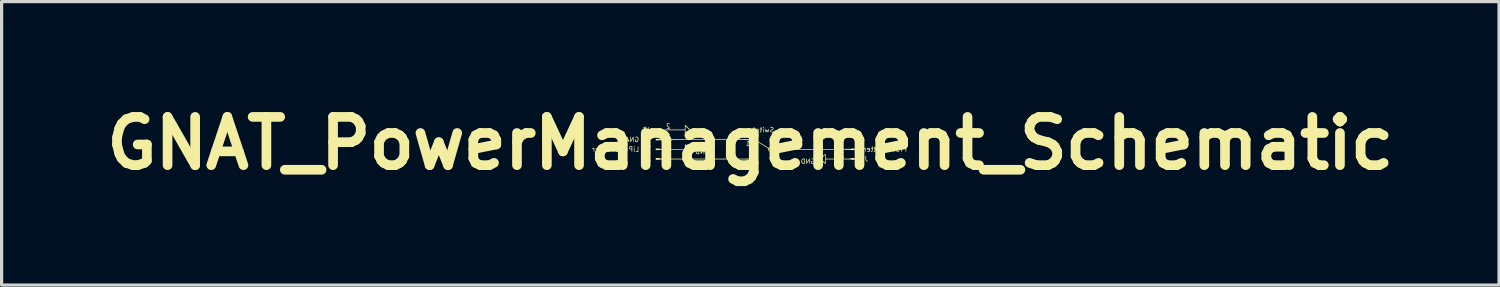
<source format=kicad_pcb>
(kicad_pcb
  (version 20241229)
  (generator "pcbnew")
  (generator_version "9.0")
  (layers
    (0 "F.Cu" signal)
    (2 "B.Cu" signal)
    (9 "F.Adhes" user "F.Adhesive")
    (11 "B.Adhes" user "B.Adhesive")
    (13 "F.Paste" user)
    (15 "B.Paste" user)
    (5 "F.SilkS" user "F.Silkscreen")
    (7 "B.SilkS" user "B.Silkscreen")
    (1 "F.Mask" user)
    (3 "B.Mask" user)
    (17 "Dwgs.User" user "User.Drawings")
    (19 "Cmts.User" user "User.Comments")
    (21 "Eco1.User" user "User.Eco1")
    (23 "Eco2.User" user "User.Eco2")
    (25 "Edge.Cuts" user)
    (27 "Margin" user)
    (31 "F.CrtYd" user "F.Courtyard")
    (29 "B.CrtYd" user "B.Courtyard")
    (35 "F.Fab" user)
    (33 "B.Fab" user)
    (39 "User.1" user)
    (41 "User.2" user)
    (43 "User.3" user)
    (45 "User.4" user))
  (footprint "GNAT_PowerManagement_Schematic"
    (layer "F.Cu")
    (at 20.264 1.404)
    (property "Reference" "GNAT_PowerManagement_Schematic" (at 0 0 0) (layer "F.SilkS") (effects (font (size 1.5 1.5) (thickness 0.3))))
    (attr board_only exclude_from_pos_files exclude_from_bom)
    (fp_poly (pts (xy -3.597 0.097) (xy -3.592 0.108) (xy -3.592 0.11) (xy -3.599 0.122) (xy -3.611 0.125) (xy -3.621 0.119) (xy -3.623 0.116) (xy -3.623 0.102) (xy -3.62 0.097) (xy -3.608 0.092)) (stroke (width 0) (type solid)) (fill yes) (layer "F.SilkS"))
    (fp_poly (pts (xy 0.413 -0.506) (xy 0.419 -0.493) (xy 0.418 -0.479) (xy 0.417 -0.477) (xy 0.407 -0.47) (xy 0.403 -0.47) (xy 0.391 -0.474) (xy 0.389 -0.477) (xy 0.387 -0.49) (xy 0.392 -0.503) (xy 0.401 -0.512) (xy 0.403 -0.512)) (stroke (width 0) (type solid)) (fill yes) (layer "F.SilkS"))
    (fp_poly (pts (xy 0.408 -0.453) (xy 0.412 -0.444) (xy 0.413 -0.426) (xy 0.414 -0.396) (xy 0.413 -0.366) (xy 0.412 -0.348) (xy 0.408 -0.339) (xy 0.403 -0.337) (xy 0.398 -0.339) (xy 0.395 -0.348) (xy 0.393 -0.367) (xy 0.393 -0.396) (xy 0.393 -0.426) (xy 0.395 -0.444) (xy 0.398 -0.453) (xy 0.403 -0.456)) (stroke (width 0) (type solid)) (fill yes) (layer "F.SilkS"))
    (fp_poly (pts (xy -4.846 0.143) (xy -4.846 0.205) (xy -4.846 0.235) (xy -4.848 0.254) (xy -4.851 0.264) (xy -4.856 0.266) (xy -4.862 0.263) (xy -4.866 0.25) (xy -4.868 0.226) (xy -4.868 0.219) (xy -4.87 0.194) (xy -4.872 0.179) (xy -4.877 0.171) (xy -4.887 0.167) (xy -4.893 0.165) (xy -4.911 0.157) (xy -4.916 0.15) (xy -4.908 0.144) (xy -4.889 0.142) (xy -4.881 0.142)) (stroke (width 0) (type solid)) (fill yes) (layer "F.SilkS"))
    (fp_poly (pts (xy -4.488 0.143) (xy -4.488 0.205) (xy -4.489 0.235) (xy -4.49 0.254) (xy -4.493 0.264) (xy -4.498 0.266) (xy -4.499 0.266) (xy -4.505 0.263) (xy -4.508 0.252) (xy -4.509 0.231) (xy -4.509 0.222) (xy -4.511 0.192) (xy -4.517 0.173) (xy -4.528 0.164) (xy -4.542 0.161) (xy -4.555 0.158) (xy -4.558 0.151) (xy -4.554 0.145) (xy -4.541 0.142) (xy -4.523 0.142)) (stroke (width 0) (type solid)) (fill yes) (layer "F.SilkS"))
    (fp_poly (pts (xy -3.603 0.143) (xy -3.6 0.152) (xy -3.598 0.17) (xy -3.598 0.199) (xy -3.598 0.203) (xy -3.598 0.234) (xy -3.599 0.253) (xy -3.602 0.263) (xy -3.607 0.266) (xy -3.608 0.266) (xy -3.613 0.264) (xy -3.616 0.255) (xy -3.618 0.237) (xy -3.619 0.208) (xy -3.619 0.203) (xy -3.618 0.173) (xy -3.617 0.153) (xy -3.614 0.143) (xy -3.609 0.14) (xy -3.608 0.14)) (stroke (width 0) (type solid)) (fill yes) (layer "F.SilkS"))
    (fp_poly (pts (xy 3.583 0.203) (xy 3.583 0.234) (xy 3.582 0.253) (xy 3.579 0.263) (xy 3.574 0.266) (xy 3.573 0.266) (xy 3.567 0.263) (xy 3.564 0.252) (xy 3.563 0.231) (xy 3.562 0.222) (xy 3.561 0.191) (xy 3.555 0.172) (xy 3.544 0.163) (xy 3.533 0.161) (xy 3.522 0.156) (xy 3.52 0.151) (xy 3.525 0.144) (xy 3.539 0.141) (xy 3.552 0.14) (xy 3.583 0.14)) (stroke (width 0) (type solid)) (fill yes) (layer "F.SilkS"))
    (fp_poly (pts (xy 4.713 0.203) (xy 4.712 0.234) (xy 4.711 0.253) (xy 4.708 0.263) (xy 4.703 0.266) (xy 4.702 0.266) (xy 4.696 0.263) (xy 4.693 0.252) (xy 4.692 0.231) (xy 4.691 0.222) (xy 4.69 0.191) (xy 4.684 0.172) (xy 4.673 0.163) (xy 4.662 0.161) (xy 4.651 0.156) (xy 4.649 0.151) (xy 4.654 0.144) (xy 4.668 0.141) (xy 4.681 0.14) (xy 4.713 0.14)) (stroke (width 0) (type solid)) (fill yes) (layer "F.SilkS"))
    (fp_poly (pts (xy -3.484 0.093) (xy -3.481 0.101) (xy -3.479 0.116) (xy -3.479 0.141) (xy -3.478 0.178) (xy -3.478 0.179) (xy -3.478 0.266) (xy -3.524 0.266) (xy -3.549 0.266) (xy -3.564 0.263) (xy -3.569 0.258) (xy -3.569 0.256) (xy -3.566 0.249) (xy -3.553 0.246) (xy -3.534 0.245) (xy -3.499 0.245) (xy -3.499 0.168) (xy -3.499 0.134) (xy -3.498 0.111) (xy -3.496 0.098) (xy -3.492 0.092) (xy -3.489 0.091)) (stroke (width 0) (type solid)) (fill yes) (layer "F.SilkS"))
    (fp_poly (pts (xy -3.161 0.395) (xy -3.158 0.404) (xy -3.156 0.422) (xy -3.156 0.452) (xy -3.156 0.455) (xy -3.154 0.491) (xy -3.15 0.516) (xy -3.141 0.531) (xy -3.127 0.539) (xy -3.111 0.54) (xy -3.096 0.543) (xy -3.093 0.55) (xy -3.099 0.558) (xy -3.114 0.561) (xy -3.134 0.558) (xy -3.147 0.554) (xy -3.16 0.545) (xy -3.169 0.528) (xy -3.174 0.503) (xy -3.177 0.466) (xy -3.177 0.452) (xy -3.176 0.422) (xy -3.175 0.404) (xy -3.171 0.395) (xy -3.166 0.393)) (stroke (width 0) (type solid)) (fill yes) (layer "F.SilkS"))
    (fp_poly (pts (xy 3.592 0.395) (xy 3.595 0.404) (xy 3.597 0.422) (xy 3.598 0.452) (xy 3.598 0.455) (xy 3.599 0.492) (xy 3.604 0.517) (xy 3.613 0.532) (xy 3.627 0.539) (xy 3.638 0.54) (xy 3.651 0.544) (xy 3.654 0.55) (xy 3.648 0.558) (xy 3.633 0.56) (xy 3.612 0.556) (xy 3.606 0.554) (xy 3.593 0.545) (xy 3.584 0.528) (xy 3.579 0.503) (xy 3.577 0.466) (xy 3.576 0.452) (xy 3.577 0.422) (xy 3.579 0.404) (xy 3.582 0.395) (xy 3.587 0.393)) (stroke (width 0) (type solid)) (fill yes) (layer "F.SilkS"))
    (fp_poly (pts (xy -3.917 -0.21) (xy -3.901 -0.208) (xy -3.893 -0.204) (xy -3.892 -0.2) (xy -3.898 -0.192) (xy -3.913 -0.189) (xy -3.934 -0.189) (xy -3.934 -0.112) (xy -3.934 -0.078) (xy -3.936 -0.055) (xy -3.938 -0.042) (xy -3.941 -0.036) (xy -3.945 -0.035) (xy -3.949 -0.037) (xy -3.952 -0.045) (xy -3.954 -0.062) (xy -3.955 -0.088) (xy -3.955 -0.112) (xy -3.955 -0.189) (xy -3.976 -0.189) (xy -3.993 -0.192) (xy -3.997 -0.2) (xy -3.994 -0.205) (xy -3.985 -0.209) (xy -3.965 -0.21) (xy -3.945 -0.21)) (stroke (width 0) (type solid)) (fill yes) (layer "F.SilkS"))
    (fp_poly (pts (xy -3.161 -0.51) (xy -3.158 -0.501) (xy -3.156 -0.483) (xy -3.156 -0.454) (xy -3.156 -0.446) (xy -3.155 -0.409) (xy -3.15 -0.383) (xy -3.142 -0.368) (xy -3.129 -0.36) (xy -3.111 -0.358) (xy -3.096 -0.354) (xy -3.093 -0.347) (xy -3.099 -0.34) (xy -3.114 -0.337) (xy -3.134 -0.34) (xy -3.147 -0.344) (xy -3.16 -0.353) (xy -3.169 -0.368) (xy -3.174 -0.393) (xy -3.176 -0.428) (xy -3.177 -0.449) (xy -3.176 -0.48) (xy -3.175 -0.499) (xy -3.172 -0.509) (xy -3.167 -0.512) (xy -3.166 -0.512)) (stroke (width 0) (type solid)) (fill yes) (layer "F.SilkS"))
    (fp_poly (pts (xy -3.113 -0.21) (xy -3.096 -0.208) (xy -3.087 -0.205) (xy -3.086 -0.2) (xy -3.091 -0.192) (xy -3.108 -0.189) (xy -3.11 -0.189) (xy -3.135 -0.189) (xy -3.135 -0.112) (xy -3.135 -0.078) (xy -3.136 -0.055) (xy -3.138 -0.042) (xy -3.142 -0.036) (xy -3.145 -0.035) (xy -3.15 -0.037) (xy -3.153 -0.045) (xy -3.155 -0.062) (xy -3.156 -0.088) (xy -3.156 -0.112) (xy -3.156 -0.189) (xy -3.177 -0.189) (xy -3.193 -0.192) (xy -3.198 -0.2) (xy -3.195 -0.205) (xy -3.186 -0.208) (xy -3.167 -0.21) (xy -3.142 -0.21)) (stroke (width 0) (type solid)) (fill yes) (layer "F.SilkS"))
    (fp_poly (pts (xy -3.113 0.092) (xy -3.096 0.093) (xy -3.087 0.097) (xy -3.086 0.102) (xy -3.091 0.109) (xy -3.108 0.112) (xy -3.11 0.112) (xy -3.135 0.112) (xy -3.135 0.189) (xy -3.135 0.224) (xy -3.136 0.247) (xy -3.138 0.26) (xy -3.142 0.266) (xy -3.145 0.266) (xy -3.15 0.264) (xy -3.153 0.256) (xy -3.155 0.24) (xy -3.156 0.213) (xy -3.156 0.189) (xy -3.156 0.112) (xy -3.177 0.112) (xy -3.193 0.109) (xy -3.198 0.102) (xy -3.195 0.096) (xy -3.186 0.093) (xy -3.167 0.091) (xy -3.142 0.091)) (stroke (width 0) (type solid)) (fill yes) (layer "F.SilkS"))
    (fp_poly (pts (xy -3.245 -0.154) (xy -3.23 -0.137) (xy -3.221 -0.112) (xy -3.219 -0.094) (xy -3.224 -0.064) (xy -3.238 -0.045) (xy -3.26 -0.036) (xy -3.268 -0.035) (xy -3.289 -0.04) (xy -3.303 -0.049) (xy -3.314 -0.069) (xy -3.316 -0.088) (xy -3.296 -0.088) (xy -3.291 -0.07) (xy -3.279 -0.058) (xy -3.268 -0.056) (xy -3.253 -0.061) (xy -3.248 -0.065) (xy -3.241 -0.081) (xy -3.241 -0.102) (xy -3.25 -0.122) (xy -3.254 -0.128) (xy -3.268 -0.143) (xy -3.282 -0.128) (xy -3.293 -0.109) (xy -3.296 -0.088) (xy -3.316 -0.088) (xy -3.317 -0.095) (xy -3.313 -0.122) (xy -3.302 -0.143) (xy -3.284 -0.158) (xy -3.264 -0.162)) (stroke (width 0) (type solid)) (fill yes) (layer "F.SilkS"))
    (fp_poly (pts (xy 0.236 -0.452) (xy 0.252 -0.442) (xy 0.252 -0.442) (xy 0.263 -0.424) (xy 0.266 -0.397) (xy 0.266 -0.396) (xy 0.262 -0.366) (xy 0.248 -0.347) (xy 0.226 -0.338) (xy 0.216 -0.337) (xy 0.197 -0.339) (xy 0.184 -0.341) (xy 0.184 -0.341) (xy 0.176 -0.35) (xy 0.175 -0.355) (xy 0.179 -0.362) (xy 0.19 -0.362) (xy 0.2 -0.361) (xy 0.224 -0.36) (xy 0.239 -0.37) (xy 0.245 -0.391) (xy 0.245 -0.396) (xy 0.241 -0.419) (xy 0.228 -0.431) (xy 0.206 -0.433) (xy 0.2 -0.432) (xy 0.183 -0.43) (xy 0.176 -0.434) (xy 0.175 -0.437) (xy 0.181 -0.448) (xy 0.196 -0.454) (xy 0.216 -0.456)) (stroke (width 0) (type solid)) (fill yes) (layer "F.SilkS"))
    (fp_poly (pts (xy 3.478 0.397) (xy 3.492 0.408) (xy 3.507 0.422) (xy 3.521 0.437) (xy 3.53 0.448) (xy 3.532 0.454) (xy 3.523 0.454) (xy 3.508 0.45) (xy 3.507 0.45) (xy 3.485 0.443) (xy 3.485 0.491) (xy 3.485 0.54) (xy 3.51 0.54) (xy 3.528 0.542) (xy 3.534 0.55) (xy 3.534 0.55) (xy 3.532 0.556) (xy 3.522 0.559) (xy 3.503 0.561) (xy 3.478 0.561) (xy 3.45 0.561) (xy 3.432 0.559) (xy 3.424 0.555) (xy 3.422 0.55) (xy 3.428 0.542) (xy 3.443 0.54) (xy 3.464 0.54) (xy 3.464 0.466) (xy 3.465 0.436) (xy 3.466 0.412) (xy 3.468 0.397) (xy 3.47 0.393)) (stroke (width 0) (type solid)) (fill yes) (layer "F.SilkS"))
    (fp_poly (pts (xy 3.503 0.141) (xy 3.505 0.145) (xy 3.504 0.155) (xy 3.499 0.174) (xy 3.489 0.202) (xy 3.479 0.24) (xy 3.477 0.267) (xy 3.485 0.285) (xy 3.496 0.292) (xy 3.504 0.3) (xy 3.506 0.31) (xy 3.499 0.315) (xy 3.497 0.316) (xy 3.484 0.312) (xy 3.476 0.307) (xy 3.47 0.298) (xy 3.461 0.279) (xy 3.451 0.253) (xy 3.44 0.224) (xy 3.429 0.196) (xy 3.421 0.171) (xy 3.416 0.152) (xy 3.415 0.146) (xy 3.421 0.141) (xy 3.425 0.14) (xy 3.432 0.147) (xy 3.44 0.164) (xy 3.447 0.184) (xy 3.46 0.227) (xy 3.474 0.184) (xy 3.483 0.161) (xy 3.491 0.146) (xy 3.497 0.14)) (stroke (width 0) (type solid)) (fill yes) (layer "F.SilkS"))
    (fp_poly (pts (xy 4.846 0.179) (xy 4.846 0.216) (xy 4.845 0.241) (xy 4.843 0.257) (xy 4.84 0.264) (xy 4.835 0.266) (xy 4.835 0.266) (xy 4.829 0.263) (xy 4.826 0.252) (xy 4.825 0.229) (xy 4.825 0.224) (xy 4.825 0.182) (xy 4.8 0.182) (xy 4.782 0.18) (xy 4.776 0.173) (xy 4.776 0.172) (xy 4.781 0.164) (xy 4.798 0.161) (xy 4.8 0.161) (xy 4.817 0.16) (xy 4.823 0.154) (xy 4.825 0.139) (xy 4.825 0.137) (xy 4.825 0.112) (xy 4.79 0.112) (xy 4.768 0.111) (xy 4.757 0.107) (xy 4.755 0.102) (xy 4.758 0.096) (xy 4.769 0.093) (xy 4.79 0.091) (xy 4.8 0.091) (xy 4.846 0.091)) (stroke (width 0) (type solid)) (fill yes) (layer "F.SilkS"))
    (fp_poly (pts (xy -3.839 0.146) (xy -3.823 0.163) (xy -3.816 0.19) (xy -3.815 0.203) (xy -3.819 0.235) (xy -3.832 0.256) (xy -3.854 0.266) (xy -3.864 0.266) (xy -3.885 0.262) (xy -3.899 0.252) (xy -3.909 0.237) (xy -3.913 0.215) (xy -3.913 0.203) (xy -3.913 0.199) (xy -3.891 0.199) (xy -3.889 0.225) (xy -3.879 0.241) (xy -3.864 0.245) (xy -3.849 0.24) (xy -3.843 0.235) (xy -3.838 0.22) (xy -3.837 0.199) (xy -3.842 0.179) (xy -3.851 0.166) (xy -3.852 0.166) (xy -3.868 0.162) (xy -3.881 0.17) (xy -3.889 0.189) (xy -3.891 0.199) (xy -3.913 0.199) (xy -3.909 0.172) (xy -3.896 0.151) (xy -3.874 0.141) (xy -3.864 0.14)) (stroke (width 0) (type solid)) (fill yes) (layer "F.SilkS"))
    (fp_poly (pts (xy -3.243 0.146) (xy -3.227 0.163) (xy -3.219 0.19) (xy -3.219 0.203) (xy -3.223 0.235) (xy -3.236 0.256) (xy -3.258 0.266) (xy -3.268 0.266) (xy -3.289 0.262) (xy -3.303 0.252) (xy -3.313 0.237) (xy -3.317 0.215) (xy -3.317 0.203) (xy -3.316 0.199) (xy -3.295 0.199) (xy -3.293 0.225) (xy -3.283 0.241) (xy -3.268 0.245) (xy -3.253 0.24) (xy -3.247 0.235) (xy -3.242 0.22) (xy -3.241 0.199) (xy -3.246 0.179) (xy -3.255 0.166) (xy -3.256 0.166) (xy -3.272 0.162) (xy -3.285 0.17) (xy -3.293 0.189) (xy -3.295 0.199) (xy -3.316 0.199) (xy -3.313 0.172) (xy -3.3 0.151) (xy -3.278 0.141) (xy -3.268 0.14)) (stroke (width 0) (type solid)) (fill yes) (layer "F.SilkS"))
    (fp_poly (pts (xy -2.545 -0.318) (xy -2.531 -0.306) (xy -2.516 -0.291) (xy -2.503 -0.277) (xy -2.497 -0.267) (xy -2.497 -0.266) (xy -2.502 -0.26) (xy -2.516 -0.262) (xy -2.525 -0.267) (xy -2.532 -0.27) (xy -2.536 -0.267) (xy -2.538 -0.256) (xy -2.539 -0.235) (xy -2.539 -0.225) (xy -2.539 -0.175) (xy -2.518 -0.175) (xy -2.501 -0.172) (xy -2.497 -0.165) (xy -2.499 -0.159) (xy -2.509 -0.156) (xy -2.529 -0.155) (xy -2.549 -0.154) (xy -2.577 -0.155) (xy -2.593 -0.157) (xy -2.601 -0.161) (xy -2.602 -0.165) (xy -2.595 -0.173) (xy -2.581 -0.175) (xy -2.56 -0.175) (xy -2.56 -0.249) (xy -2.559 -0.279) (xy -2.558 -0.303) (xy -2.555 -0.319) (xy -2.553 -0.323)) (stroke (width 0) (type solid)) (fill yes) (layer "F.SilkS"))
    (fp_poly (pts (xy -2.545 0.278) (xy -2.531 0.29) (xy -2.516 0.305) (xy -2.503 0.319) (xy -2.497 0.329) (xy -2.497 0.33) (xy -2.502 0.336) (xy -2.516 0.334) (xy -2.525 0.329) (xy -2.532 0.327) (xy -2.536 0.329) (xy -2.538 0.339) (xy -2.539 0.36) (xy -2.539 0.375) (xy -2.539 0.428) (xy -2.518 0.428) (xy -2.501 0.431) (xy -2.497 0.438) (xy -2.499 0.444) (xy -2.509 0.447) (xy -2.529 0.449) (xy -2.549 0.449) (xy -2.577 0.448) (xy -2.593 0.446) (xy -2.601 0.442) (xy -2.602 0.438) (xy -2.595 0.43) (xy -2.581 0.428) (xy -2.56 0.428) (xy -2.56 0.351) (xy -2.559 0.32) (xy -2.558 0.295) (xy -2.556 0.278) (xy -2.553 0.273)) (stroke (width 0) (type solid)) (fill yes) (layer "F.SilkS"))
    (fp_poly (pts (xy -0.069 -0.086) (xy -0.055 -0.075) (xy -0.04 -0.06) (xy -0.028 -0.045) (xy -0.021 -0.035) (xy -0.021 -0.034) (xy -0.026 -0.029) (xy -0.04 -0.031) (xy -0.05 -0.035) (xy -0.056 -0.038) (xy -0.06 -0.036) (xy -0.062 -0.025) (xy -0.063 -0.005) (xy -0.063 0.01) (xy -0.063 0.063) (xy -0.042 0.063) (xy -0.025 0.066) (xy -0.021 0.074) (xy -0.024 0.079) (xy -0.034 0.082) (xy -0.053 0.084) (xy -0.074 0.084) (xy -0.101 0.084) (xy -0.118 0.082) (xy -0.125 0.078) (xy -0.126 0.074) (xy -0.12 0.065) (xy -0.105 0.063) (xy -0.084 0.063) (xy -0.084 -0.014) (xy -0.084 -0.045) (xy -0.082 -0.07) (xy -0.08 -0.086) (xy -0.078 -0.091)) (stroke (width 0) (type solid)) (fill yes) (layer "F.SilkS"))
    (fp_poly (pts (xy 2.862 -0.023) (xy 2.876 -0.012) (xy 2.891 0.003) (xy 2.904 0.018) (xy 2.91 0.028) (xy 2.91 0.029) (xy 2.905 0.035) (xy 2.891 0.032) (xy 2.882 0.028) (xy 2.875 0.025) (xy 2.871 0.027) (xy 2.869 0.038) (xy 2.868 0.058) (xy 2.868 0.073) (xy 2.868 0.126) (xy 2.889 0.126) (xy 2.906 0.129) (xy 2.91 0.137) (xy 2.908 0.142) (xy 2.898 0.146) (xy 2.878 0.147) (xy 2.858 0.147) (xy 2.83 0.147) (xy 2.814 0.145) (xy 2.806 0.141) (xy 2.805 0.137) (xy 2.811 0.128) (xy 2.826 0.126) (xy 2.847 0.126) (xy 2.847 0.049) (xy 2.848 0.018) (xy 2.849 -0.007) (xy 2.851 -0.023) (xy 2.853 -0.028)) (stroke (width 0) (type solid)) (fill yes) (layer "F.SilkS"))
    (fp_poly (pts (xy 4.604 0.146) (xy 4.62 0.163) (xy 4.628 0.19) (xy 4.628 0.203) (xy 4.624 0.235) (xy 4.611 0.256) (xy 4.589 0.266) (xy 4.579 0.266) (xy 4.559 0.262) (xy 4.544 0.252) (xy 4.535 0.237) (xy 4.53 0.215) (xy 4.53 0.203) (xy 4.531 0.199) (xy 4.553 0.199) (xy 4.554 0.225) (xy 4.564 0.241) (xy 4.579 0.245) (xy 4.594 0.24) (xy 4.6 0.235) (xy 4.606 0.22) (xy 4.606 0.199) (xy 4.601 0.179) (xy 4.592 0.166) (xy 4.592 0.166) (xy 4.576 0.162) (xy 4.562 0.17) (xy 4.554 0.189) (xy 4.553 0.199) (xy 4.531 0.199) (xy 4.535 0.172) (xy 4.548 0.151) (xy 4.569 0.141) (xy 4.579 0.14)) (stroke (width 0) (type solid)) (fill yes) (layer "F.SilkS"))
    (fp_poly (pts (xy -4.099 0.099) (xy -4.098 0.099) (xy -4.08 0.115) (xy -4.068 0.14) (xy -4.062 0.169) (xy -4.063 0.201) (xy -4.07 0.229) (xy -4.08 0.245) (xy -4.097 0.257) (xy -4.122 0.263) (xy -4.147 0.263) (xy -4.157 0.26) (xy -4.169 0.25) (xy -4.173 0.242) (xy -4.167 0.233) (xy -4.157 0.232) (xy -4.148 0.238) (xy -4.137 0.245) (xy -4.12 0.244) (xy -4.103 0.235) (xy -4.098 0.231) (xy -4.088 0.211) (xy -4.084 0.184) (xy -4.087 0.157) (xy -4.095 0.134) (xy -4.099 0.128) (xy -4.118 0.114) (xy -4.138 0.115) (xy -4.151 0.121) (xy -4.165 0.125) (xy -4.172 0.12) (xy -4.17 0.109) (xy -4.16 0.1) (xy -4.141 0.094) (xy -4.119 0.094)) (stroke (width 0) (type solid)) (fill yes) (layer "F.SilkS"))
    (fp_poly (pts (xy -3.668 0.179) (xy -3.668 0.216) (xy -3.669 0.241) (xy -3.671 0.257) (xy -3.674 0.264) (xy -3.678 0.266) (xy -3.678 0.266) (xy -3.685 0.263) (xy -3.688 0.251) (xy -3.689 0.228) (xy -3.689 0.189) (xy -3.717 0.189) (xy -3.745 0.184) (xy -3.764 0.169) (xy -3.773 0.147) (xy -3.773 0.14) (xy -3.752 0.14) (xy -3.746 0.157) (xy -3.729 0.166) (xy -3.712 0.168) (xy -3.697 0.167) (xy -3.69 0.162) (xy -3.689 0.148) (xy -3.689 0.14) (xy -3.689 0.122) (xy -3.694 0.114) (xy -3.706 0.112) (xy -3.712 0.112) (xy -3.736 0.116) (xy -3.749 0.129) (xy -3.752 0.14) (xy -3.773 0.14) (xy -3.768 0.116) (xy -3.751 0.1) (xy -3.724 0.092) (xy -3.706 0.091) (xy -3.668 0.091)) (stroke (width 0) (type solid)) (fill yes) (layer "F.SilkS"))
    (fp_poly (pts (xy -2.528 -0.027) (xy -2.509 -0.021) (xy -2.498 -0.01) (xy -2.497 -0.003) (xy -2.502 0.005) (xy -2.512 0.006) (xy -2.521 0) (xy -2.531 -0.006) (xy -2.548 -0.007) (xy -2.565 -0.003) (xy -2.572 0.001) (xy -2.579 0.013) (xy -2.578 0.028) (xy -2.567 0.047) (xy -2.547 0.071) (xy -2.535 0.084) (xy -2.515 0.105) (xy -2.5 0.123) (xy -2.491 0.136) (xy -2.49 0.139) (xy -2.496 0.144) (xy -2.515 0.146) (xy -2.546 0.147) (xy -2.574 0.147) (xy -2.592 0.145) (xy -2.6 0.141) (xy -2.602 0.137) (xy -2.598 0.13) (xy -2.585 0.127) (xy -2.565 0.126) (xy -2.529 0.126) (xy -2.562 0.092) (xy -2.587 0.061) (xy -2.6 0.033) (xy -2.6 0.008) (xy -2.589 -0.013) (xy -2.572 -0.023) (xy -2.55 -0.028)) (stroke (width 0) (type solid)) (fill yes) (layer "F.SilkS"))
    (fp_poly (pts (xy -1.592 -0.347) (xy -1.592 -0.259) (xy -1.618 -0.26) (xy -1.641 -0.262) (xy -1.661 -0.268) (xy -1.662 -0.269) (xy -1.679 -0.284) (xy -1.691 -0.31) (xy -1.696 -0.34) (xy -1.695 -0.346) (xy -1.673 -0.346) (xy -1.668 -0.314) (xy -1.657 -0.292) (xy -1.638 -0.281) (xy -1.629 -0.281) (xy -1.622 -0.281) (xy -1.617 -0.285) (xy -1.614 -0.294) (xy -1.613 -0.311) (xy -1.613 -0.339) (xy -1.613 -0.347) (xy -1.613 -0.378) (xy -1.614 -0.397) (xy -1.616 -0.408) (xy -1.62 -0.413) (xy -1.627 -0.414) (xy -1.629 -0.414) (xy -1.649 -0.407) (xy -1.664 -0.39) (xy -1.672 -0.362) (xy -1.673 -0.346) (xy -1.695 -0.346) (xy -1.694 -0.372) (xy -1.687 -0.396) (xy -1.672 -0.419) (xy -1.648 -0.431) (xy -1.616 -0.435) (xy -1.592 -0.435)) (stroke (width 0) (type solid)) (fill yes) (layer "F.SilkS"))
    (fp_poly (pts (xy -1.592 0.252) (xy -1.592 0.337) (xy -1.618 0.336) (xy -1.64 0.334) (xy -1.659 0.33) (xy -1.661 0.329) (xy -1.678 0.315) (xy -1.69 0.292) (xy -1.695 0.262) (xy -1.695 0.253) (xy -1.672 0.253) (xy -1.668 0.283) (xy -1.656 0.304) (xy -1.637 0.315) (xy -1.629 0.316) (xy -1.622 0.315) (xy -1.617 0.311) (xy -1.614 0.302) (xy -1.613 0.284) (xy -1.613 0.255) (xy -1.613 0.252) (xy -1.613 0.223) (xy -1.614 0.204) (xy -1.617 0.194) (xy -1.621 0.19) (xy -1.629 0.189) (xy -1.629 0.189) (xy -1.649 0.196) (xy -1.664 0.213) (xy -1.672 0.24) (xy -1.672 0.253) (xy -1.695 0.253) (xy -1.694 0.231) (xy -1.687 0.207) (xy -1.672 0.185) (xy -1.648 0.172) (xy -1.616 0.168) (xy -1.592 0.168)) (stroke (width 0) (type solid)) (fill yes) (layer "F.SilkS"))
    (fp_poly (pts (xy 1.69 0.554) (xy 1.69 0.638) (xy 1.664 0.638) (xy 1.641 0.636) (xy 1.623 0.631) (xy 1.621 0.631) (xy 1.604 0.617) (xy 1.592 0.593) (xy 1.586 0.564) (xy 1.587 0.555) (xy 1.609 0.555) (xy 1.614 0.585) (xy 1.626 0.606) (xy 1.645 0.616) (xy 1.653 0.617) (xy 1.66 0.616) (xy 1.665 0.613) (xy 1.668 0.603) (xy 1.669 0.585) (xy 1.669 0.556) (xy 1.669 0.554) (xy 1.669 0.524) (xy 1.668 0.506) (xy 1.665 0.496) (xy 1.661 0.492) (xy 1.653 0.491) (xy 1.653 0.491) (xy 1.633 0.497) (xy 1.618 0.515) (xy 1.61 0.541) (xy 1.609 0.555) (xy 1.587 0.555) (xy 1.588 0.533) (xy 1.595 0.508) (xy 1.61 0.486) (xy 1.634 0.474) (xy 1.666 0.47) (xy 1.69 0.47)) (stroke (width 0) (type solid)) (fill yes) (layer "F.SilkS"))
    (fp_poly (pts (xy -3.25 0.394) (xy -3.232 0.4) (xy -3.22 0.411) (xy -3.219 0.418) (xy -3.224 0.426) (xy -3.235 0.427) (xy -3.243 0.421) (xy -3.254 0.415) (xy -3.271 0.414) (xy -3.287 0.418) (xy -3.295 0.422) (xy -3.301 0.433) (xy -3.301 0.445) (xy -3.292 0.461) (xy -3.273 0.482) (xy -3.257 0.498) (xy -3.237 0.519) (xy -3.222 0.537) (xy -3.213 0.549) (xy -3.212 0.552) (xy -3.216 0.557) (xy -3.231 0.56) (xy -3.257 0.561) (xy -3.268 0.561) (xy -3.297 0.561) (xy -3.314 0.559) (xy -3.322 0.555) (xy -3.324 0.55) (xy -3.32 0.544) (xy -3.308 0.541) (xy -3.287 0.54) (xy -3.251 0.54) (xy -3.284 0.506) (xy -3.31 0.475) (xy -3.322 0.448) (xy -3.321 0.424) (xy -3.311 0.408) (xy -3.294 0.397) (xy -3.272 0.393)) (stroke (width 0) (type solid)) (fill yes) (layer "F.SilkS"))
    (fp_poly (pts (xy -2.528 -0.623) (xy -2.509 -0.617) (xy -2.498 -0.606) (xy -2.497 -0.599) (xy -2.502 -0.591) (xy -2.512 -0.59) (xy -2.521 -0.596) (xy -2.531 -0.602) (xy -2.548 -0.603) (xy -2.565 -0.599) (xy -2.572 -0.595) (xy -2.579 -0.584) (xy -2.578 -0.572) (xy -2.569 -0.556) (xy -2.551 -0.535) (xy -2.535 -0.519) (xy -2.515 -0.498) (xy -2.499 -0.48) (xy -2.491 -0.468) (xy -2.49 -0.465) (xy -2.494 -0.46) (xy -2.508 -0.457) (xy -2.534 -0.456) (xy -2.546 -0.456) (xy -2.574 -0.456) (xy -2.592 -0.458) (xy -2.6 -0.462) (xy -2.602 -0.466) (xy -2.598 -0.473) (xy -2.585 -0.476) (xy -2.565 -0.477) (xy -2.529 -0.477) (xy -2.562 -0.511) (xy -2.587 -0.541) (xy -2.6 -0.569) (xy -2.599 -0.593) (xy -2.588 -0.609) (xy -2.572 -0.619) (xy -2.55 -0.624)) (stroke (width 0) (type solid)) (fill yes) (layer "F.SilkS"))
    (fp_poly (pts (xy 2.879 0.275) (xy 2.897 0.281) (xy 2.909 0.292) (xy 2.91 0.298) (xy 2.905 0.307) (xy 2.895 0.308) (xy 2.886 0.302) (xy 2.875 0.296) (xy 2.858 0.295) (xy 2.842 0.298) (xy 2.835 0.303) (xy 2.827 0.315) (xy 2.829 0.329) (xy 2.839 0.348) (xy 2.86 0.373) (xy 2.872 0.385) (xy 2.892 0.407) (xy 2.907 0.425) (xy 2.916 0.437) (xy 2.917 0.441) (xy 2.911 0.445) (xy 2.892 0.448) (xy 2.861 0.449) (xy 2.832 0.448) (xy 2.815 0.447) (xy 2.807 0.443) (xy 2.805 0.438) (xy 2.808 0.432) (xy 2.82 0.429) (xy 2.843 0.428) (xy 2.845 0.428) (xy 2.885 0.428) (xy 2.848 0.391) (xy 2.821 0.359) (xy 2.808 0.331) (xy 2.807 0.307) (xy 2.818 0.288) (xy 2.835 0.278) (xy 2.857 0.274)) (stroke (width 0) (type solid)) (fill yes) (layer "F.SilkS"))
    (fp_poly (pts (xy -1.527 -0.432) (xy -1.524 -0.421) (xy -1.521 -0.401) (xy -1.52 -0.375) (xy -1.518 -0.315) (xy -1.483 -0.375) (xy -1.467 -0.4) (xy -1.453 -0.42) (xy -1.443 -0.432) (xy -1.439 -0.435) (xy -1.435 -0.431) (xy -1.433 -0.418) (xy -1.431 -0.395) (xy -1.431 -0.361) (xy -1.431 -0.347) (xy -1.431 -0.31) (xy -1.432 -0.285) (xy -1.434 -0.269) (xy -1.437 -0.261) (xy -1.441 -0.259) (xy -1.446 -0.263) (xy -1.45 -0.273) (xy -1.452 -0.294) (xy -1.453 -0.32) (xy -1.455 -0.38) (xy -1.49 -0.32) (xy -1.506 -0.294) (xy -1.52 -0.274) (xy -1.53 -0.262) (xy -1.534 -0.26) (xy -1.538 -0.263) (xy -1.541 -0.276) (xy -1.542 -0.299) (xy -1.543 -0.334) (xy -1.543 -0.347) (xy -1.543 -0.384) (xy -1.542 -0.41) (xy -1.54 -0.425) (xy -1.537 -0.433) (xy -1.533 -0.435)) (stroke (width 0) (type solid)) (fill yes) (layer "F.SilkS"))
    (fp_poly (pts (xy -1.435 0.172) (xy -1.433 0.185) (xy -1.431 0.207) (xy -1.431 0.242) (xy -1.431 0.252) (xy -1.431 0.289) (xy -1.432 0.313) (xy -1.434 0.328) (xy -1.437 0.335) (xy -1.441 0.337) (xy -1.446 0.333) (xy -1.45 0.323) (xy -1.452 0.301) (xy -1.453 0.279) (xy -1.455 0.221) (xy -1.49 0.279) (xy -1.506 0.304) (xy -1.52 0.323) (xy -1.53 0.335) (xy -1.534 0.337) (xy -1.538 0.333) (xy -1.541 0.32) (xy -1.542 0.297) (xy -1.543 0.263) (xy -1.543 0.252) (xy -1.543 0.216) (xy -1.542 0.191) (xy -1.54 0.177) (xy -1.536 0.17) (xy -1.533 0.168) (xy -1.527 0.171) (xy -1.524 0.182) (xy -1.521 0.203) (xy -1.52 0.226) (xy -1.518 0.284) (xy -1.483 0.226) (xy -1.467 0.201) (xy -1.453 0.182) (xy -1.443 0.17) (xy -1.439 0.168)) (stroke (width 0) (type solid)) (fill yes) (layer "F.SilkS"))
    (fp_poly (pts (xy 0.852 0.212) (xy 0.871 0.218) (xy 0.882 0.229) (xy 0.884 0.235) (xy 0.879 0.244) (xy 0.868 0.245) (xy 0.859 0.238) (xy 0.849 0.233) (xy 0.832 0.232) (xy 0.815 0.235) (xy 0.808 0.24) (xy 0.801 0.25) (xy 0.802 0.263) (xy 0.811 0.278) (xy 0.83 0.3) (xy 0.845 0.316) (xy 0.865 0.336) (xy 0.881 0.354) (xy 0.889 0.367) (xy 0.891 0.37) (xy 0.886 0.375) (xy 0.872 0.377) (xy 0.846 0.379) (xy 0.835 0.379) (xy 0.806 0.378) (xy 0.788 0.376) (xy 0.78 0.373) (xy 0.778 0.368) (xy 0.782 0.362) (xy 0.795 0.358) (xy 0.814 0.358) (xy 0.85 0.358) (xy 0.819 0.326) (xy 0.794 0.295) (xy 0.78 0.269) (xy 0.779 0.247) (xy 0.79 0.227) (xy 0.792 0.224) (xy 0.809 0.215) (xy 0.83 0.211)) (stroke (width 0) (type solid)) (fill yes) (layer "F.SilkS"))
    (fp_poly (pts (xy 1.846 0.474) (xy 1.849 0.486) (xy 1.851 0.509) (xy 1.851 0.544) (xy 1.851 0.554) (xy 1.851 0.59) (xy 1.85 0.615) (xy 1.848 0.63) (xy 1.845 0.637) (xy 1.841 0.638) (xy 1.836 0.635) (xy 1.832 0.624) (xy 1.83 0.603) (xy 1.829 0.58) (xy 1.827 0.522) (xy 1.792 0.58) (xy 1.776 0.605) (xy 1.762 0.625) (xy 1.751 0.636) (xy 1.748 0.638) (xy 1.744 0.634) (xy 1.741 0.622) (xy 1.74 0.599) (xy 1.739 0.564) (xy 1.739 0.554) (xy 1.739 0.518) (xy 1.74 0.493) (xy 1.742 0.478) (xy 1.746 0.471) (xy 1.749 0.47) (xy 1.755 0.473) (xy 1.758 0.484) (xy 1.761 0.505) (xy 1.762 0.528) (xy 1.764 0.586) (xy 1.799 0.528) (xy 1.815 0.503) (xy 1.829 0.483) (xy 1.839 0.472) (xy 1.843 0.47)) (stroke (width 0) (type solid)) (fill yes) (layer "F.SilkS"))
    (fp_poly (pts (xy 0.34 -0.507) (xy 0.343 -0.492) (xy 0.344 -0.484) (xy 0.345 -0.464) (xy 0.351 -0.456) (xy 0.354 -0.456) (xy 0.363 -0.45) (xy 0.365 -0.445) (xy 0.359 -0.436) (xy 0.354 -0.435) (xy 0.348 -0.431) (xy 0.344 -0.419) (xy 0.344 -0.397) (xy 0.341 -0.366) (xy 0.333 -0.348) (xy 0.333 -0.348) (xy 0.319 -0.339) (xy 0.304 -0.337) (xy 0.291 -0.34) (xy 0.288 -0.347) (xy 0.293 -0.355) (xy 0.303 -0.359) (xy 0.313 -0.362) (xy 0.318 -0.37) (xy 0.321 -0.388) (xy 0.321 -0.398) (xy 0.322 -0.419) (xy 0.32 -0.43) (xy 0.314 -0.434) (xy 0.305 -0.435) (xy 0.291 -0.438) (xy 0.288 -0.445) (xy 0.294 -0.454) (xy 0.305 -0.456) (xy 0.316 -0.457) (xy 0.321 -0.465) (xy 0.323 -0.481) (xy 0.323 -0.484) (xy 0.324 -0.503) (xy 0.33 -0.511) (xy 0.333 -0.512)) (stroke (width 0) (type solid)) (fill yes) (layer "F.SilkS"))
    (fp_poly (pts (xy 3.798 0.096) (xy 3.801 0.113) (xy 3.801 0.116) (xy 3.803 0.134) (xy 3.81 0.14) (xy 3.811 0.14) (xy 3.821 0.146) (xy 3.822 0.151) (xy 3.816 0.16) (xy 3.811 0.161) (xy 3.805 0.165) (xy 3.802 0.176) (xy 3.801 0.199) (xy 3.801 0.203) (xy 3.799 0.234) (xy 3.793 0.252) (xy 3.79 0.255) (xy 3.776 0.264) (xy 3.761 0.266) (xy 3.749 0.263) (xy 3.745 0.256) (xy 3.751 0.248) (xy 3.761 0.244) (xy 3.77 0.241) (xy 3.775 0.234) (xy 3.777 0.218) (xy 3.778 0.202) (xy 3.779 0.179) (xy 3.778 0.167) (xy 3.773 0.162) (xy 3.763 0.161) (xy 3.763 0.161) (xy 3.748 0.158) (xy 3.745 0.151) (xy 3.751 0.142) (xy 3.762 0.14) (xy 3.774 0.138) (xy 3.779 0.13) (xy 3.78 0.116) (xy 3.782 0.098) (xy 3.789 0.091) (xy 3.79 0.091)) (stroke (width 0) (type solid)) (fill yes) (layer "F.SilkS"))
    (fp_poly (pts (xy 3.882 0.096) (xy 3.885 0.113) (xy 3.885 0.116) (xy 3.887 0.134) (xy 3.895 0.14) (xy 3.896 0.14) (xy 3.905 0.146) (xy 3.906 0.151) (xy 3.9 0.16) (xy 3.896 0.161) (xy 3.889 0.165) (xy 3.886 0.176) (xy 3.885 0.199) (xy 3.885 0.203) (xy 3.883 0.234) (xy 3.877 0.252) (xy 3.874 0.255) (xy 3.86 0.264) (xy 3.845 0.266) (xy 3.833 0.263) (xy 3.829 0.256) (xy 3.835 0.248) (xy 3.845 0.244) (xy 3.854 0.241) (xy 3.859 0.234) (xy 3.862 0.218) (xy 3.863 0.202) (xy 3.863 0.179) (xy 3.862 0.167) (xy 3.857 0.162) (xy 3.847 0.161) (xy 3.847 0.161) (xy 3.832 0.158) (xy 3.829 0.151) (xy 3.835 0.142) (xy 3.846 0.14) (xy 3.858 0.138) (xy 3.863 0.13) (xy 3.864 0.116) (xy 3.866 0.098) (xy 3.874 0.091) (xy 3.875 0.091)) (stroke (width 0) (type solid)) (fill yes) (layer "F.SilkS"))
    (fp_poly (pts (xy -4.375 0.142) (xy -4.36 0.149) (xy -4.355 0.158) (xy -4.36 0.164) (xy -4.378 0.166) (xy -4.384 0.166) (xy -4.405 0.167) (xy -4.416 0.173) (xy -4.416 0.174) (xy -4.413 0.18) (xy -4.396 0.182) (xy -4.396 0.182) (xy -4.372 0.185) (xy -4.358 0.195) (xy -4.351 0.214) (xy -4.35 0.218) (xy -4.351 0.242) (xy -4.361 0.257) (xy -4.382 0.265) (xy -4.404 0.266) (xy -4.439 0.266) (xy -4.439 0.224) (xy -4.418 0.224) (xy -4.417 0.239) (xy -4.41 0.245) (xy -4.395 0.244) (xy -4.379 0.241) (xy -4.373 0.233) (xy -4.372 0.224) (xy -4.375 0.212) (xy -4.385 0.206) (xy -4.395 0.205) (xy -4.411 0.204) (xy -4.417 0.21) (xy -4.418 0.224) (xy -4.439 0.224) (xy -4.439 0.214) (xy -4.438 0.183) (xy -4.434 0.163) (xy -4.428 0.151) (xy -4.428 0.151) (xy -4.413 0.143) (xy -4.394 0.14)) (stroke (width 0) (type solid)) (fill yes) (layer "F.SilkS"))
    (fp_poly (pts (xy -3.515 -0.205) (xy -3.498 -0.196) (xy -3.489 -0.186) (xy -3.481 -0.17) (xy -3.475 -0.146) (xy -3.474 -0.136) (xy -3.474 -0.098) (xy -3.484 -0.069) (xy -3.501 -0.048) (xy -3.525 -0.037) (xy -3.554 -0.038) (xy -3.568 -0.042) (xy -3.577 -0.048) (xy -3.582 -0.059) (xy -3.583 -0.079) (xy -3.583 -0.084) (xy -3.583 -0.119) (xy -3.559 -0.119) (xy -3.541 -0.117) (xy -3.534 -0.11) (xy -3.534 -0.109) (xy -3.54 -0.1) (xy -3.549 -0.098) (xy -3.559 -0.095) (xy -3.562 -0.085) (xy -3.561 -0.079) (xy -3.556 -0.064) (xy -3.543 -0.058) (xy -3.541 -0.058) (xy -3.52 -0.061) (xy -3.505 -0.077) (xy -3.497 -0.103) (xy -3.496 -0.122) (xy -3.5 -0.155) (xy -3.512 -0.177) (xy -3.531 -0.187) (xy -3.552 -0.186) (xy -3.569 -0.184) (xy -3.576 -0.188) (xy -3.576 -0.192) (xy -3.571 -0.203) (xy -3.556 -0.208) (xy -3.536 -0.209)) (stroke (width 0) (type solid)) (fill yes) (layer "F.SilkS"))
    (fp_poly (pts (xy -1.321 0.174) (xy -1.302 0.184) (xy -1.293 0.193) (xy -1.281 0.221) (xy -1.278 0.255) (xy -1.283 0.288) (xy -1.286 0.297) (xy -1.302 0.321) (xy -1.326 0.334) (xy -1.355 0.335) (xy -1.373 0.329) (xy -1.382 0.323) (xy -1.387 0.313) (xy -1.388 0.293) (xy -1.389 0.288) (xy -1.389 0.252) (xy -1.364 0.252) (xy -1.346 0.255) (xy -1.339 0.262) (xy -1.339 0.263) (xy -1.345 0.272) (xy -1.354 0.273) (xy -1.364 0.276) (xy -1.367 0.287) (xy -1.366 0.293) (xy -1.359 0.309) (xy -1.345 0.315) (xy -1.328 0.311) (xy -1.315 0.301) (xy -1.304 0.28) (xy -1.3 0.253) (xy -1.304 0.226) (xy -1.316 0.204) (xy -1.316 0.204) (xy -1.33 0.193) (xy -1.345 0.191) (xy -1.357 0.192) (xy -1.374 0.194) (xy -1.381 0.191) (xy -1.382 0.187) (xy -1.376 0.176) (xy -1.361 0.17) (xy -1.341 0.17)) (stroke (width 0) (type solid)) (fill yes) (layer "F.SilkS"))
    (fp_poly (pts (xy 0.689 -0.509) (xy 0.705 -0.497) (xy 0.708 -0.493) (xy 0.721 -0.469) (xy 0.72 -0.446) (xy 0.707 -0.427) (xy 0.68 -0.413) (xy 0.677 -0.412) (xy 0.652 -0.4) (xy 0.641 -0.386) (xy 0.642 -0.372) (xy 0.645 -0.368) (xy 0.655 -0.361) (xy 0.671 -0.359) (xy 0.689 -0.36) (xy 0.71 -0.362) (xy 0.72 -0.359) (xy 0.722 -0.355) (xy 0.716 -0.345) (xy 0.701 -0.339) (xy 0.68 -0.337) (xy 0.658 -0.339) (xy 0.639 -0.345) (xy 0.631 -0.351) (xy 0.618 -0.371) (xy 0.618 -0.392) (xy 0.63 -0.411) (xy 0.654 -0.427) (xy 0.662 -0.43) (xy 0.687 -0.441) (xy 0.698 -0.453) (xy 0.696 -0.468) (xy 0.689 -0.477) (xy 0.674 -0.488) (xy 0.655 -0.489) (xy 0.63 -0.481) (xy 0.629 -0.481) (xy 0.619 -0.48) (xy 0.617 -0.484) (xy 0.623 -0.497) (xy 0.64 -0.507) (xy 0.664 -0.512) (xy 0.667 -0.512)) (stroke (width 0) (type solid)) (fill yes) (layer "F.SilkS"))
    (fp_poly (pts (xy 1.961 0.476) (xy 1.98 0.485) (xy 1.989 0.495) (xy 2 0.523) (xy 2.004 0.557) (xy 1.999 0.589) (xy 1.996 0.598) (xy 1.98 0.623) (xy 1.956 0.635) (xy 1.927 0.636) (xy 1.909 0.631) (xy 1.9 0.625) (xy 1.895 0.614) (xy 1.893 0.595) (xy 1.893 0.589) (xy 1.893 0.554) (xy 1.918 0.554) (xy 1.936 0.556) (xy 1.942 0.564) (xy 1.943 0.565) (xy 1.937 0.573) (xy 1.928 0.575) (xy 1.918 0.578) (xy 1.915 0.589) (xy 1.916 0.594) (xy 1.923 0.61) (xy 1.937 0.616) (xy 1.954 0.613) (xy 1.967 0.603) (xy 1.978 0.582) (xy 1.982 0.554) (xy 1.977 0.527) (xy 1.966 0.506) (xy 1.966 0.506) (xy 1.952 0.495) (xy 1.937 0.492) (xy 1.925 0.494) (xy 1.908 0.496) (xy 1.901 0.492) (xy 1.9 0.488) (xy 1.906 0.477) (xy 1.921 0.472) (xy 1.941 0.471)) (stroke (width 0) (type solid)) (fill yes) (layer "F.SilkS"))
    (fp_poly (pts (xy 3.998 0.142) (xy 4.013 0.149) (xy 4.018 0.158) (xy 4.013 0.164) (xy 3.995 0.166) (xy 3.989 0.166) (xy 3.968 0.167) (xy 3.958 0.173) (xy 3.957 0.174) (xy 3.961 0.18) (xy 3.977 0.182) (xy 3.977 0.182) (xy 4.001 0.185) (xy 4.015 0.195) (xy 4.022 0.214) (xy 4.023 0.218) (xy 4.023 0.242) (xy 4.012 0.257) (xy 3.991 0.265) (xy 3.969 0.266) (xy 3.934 0.266) (xy 3.934 0.224) (xy 3.955 0.224) (xy 3.956 0.239) (xy 3.963 0.245) (xy 3.978 0.244) (xy 3.994 0.241) (xy 4 0.233) (xy 4.001 0.224) (xy 3.998 0.212) (xy 3.988 0.206) (xy 3.978 0.205) (xy 3.962 0.204) (xy 3.956 0.21) (xy 3.955 0.224) (xy 3.934 0.224) (xy 3.934 0.214) (xy 3.935 0.183) (xy 3.939 0.163) (xy 3.945 0.151) (xy 3.945 0.151) (xy 3.96 0.143) (xy 3.979 0.14)) (stroke (width 0) (type solid)) (fill yes) (layer "F.SilkS"))
    (fp_poly (pts (xy -4.228 0.093) (xy -4.225 0.101) (xy -4.223 0.116) (xy -4.222 0.141) (xy -4.222 0.178) (xy -4.222 0.179) (xy -4.222 0.216) (xy -4.223 0.241) (xy -4.225 0.257) (xy -4.228 0.265) (xy -4.232 0.266) (xy -4.238 0.263) (xy -4.241 0.251) (xy -4.244 0.228) (xy -4.244 0.216) (xy -4.245 0.189) (xy -4.248 0.174) (xy -4.252 0.167) (xy -4.259 0.165) (xy -4.264 0.165) (xy -4.273 0.166) (xy -4.278 0.17) (xy -4.281 0.181) (xy -4.283 0.201) (xy -4.283 0.216) (xy -4.285 0.243) (xy -4.288 0.259) (xy -4.293 0.266) (xy -4.296 0.266) (xy -4.301 0.263) (xy -4.304 0.253) (xy -4.306 0.232) (xy -4.306 0.214) (xy -4.304 0.18) (xy -4.299 0.158) (xy -4.288 0.146) (xy -4.271 0.141) (xy -4.263 0.14) (xy -4.249 0.139) (xy -4.244 0.132) (xy -4.243 0.116) (xy -4.24 0.098) (xy -4.233 0.091) (xy -4.232 0.091)) (stroke (width 0) (type solid)) (fill yes) (layer "F.SilkS"))
    (fp_poly (pts (xy -3.715 -0.208) (xy -3.712 -0.199) (xy -3.71 -0.18) (xy -3.71 -0.151) (xy -3.71 -0.149) (xy -3.709 -0.088) (xy -3.676 -0.149) (xy -3.661 -0.175) (xy -3.648 -0.195) (xy -3.638 -0.208) (xy -3.634 -0.21) (xy -3.63 -0.206) (xy -3.628 -0.194) (xy -3.626 -0.171) (xy -3.626 -0.136) (xy -3.626 -0.123) (xy -3.626 -0.086) (xy -3.627 -0.06) (xy -3.629 -0.045) (xy -3.632 -0.037) (xy -3.636 -0.035) (xy -3.636 -0.035) (xy -3.641 -0.038) (xy -3.645 -0.047) (xy -3.646 -0.065) (xy -3.647 -0.095) (xy -3.647 -0.096) (xy -3.647 -0.158) (xy -3.68 -0.097) (xy -3.695 -0.071) (xy -3.708 -0.05) (xy -3.718 -0.038) (xy -3.722 -0.035) (xy -3.726 -0.039) (xy -3.729 -0.052) (xy -3.73 -0.074) (xy -3.731 -0.109) (xy -3.731 -0.123) (xy -3.731 -0.16) (xy -3.73 -0.185) (xy -3.728 -0.201) (xy -3.725 -0.208) (xy -3.72 -0.21) (xy -3.72 -0.21)) (stroke (width 0) (type solid)) (fill yes) (layer "F.SilkS"))
    (fp_poly (pts (xy -1.321 -0.429) (xy -1.302 -0.42) (xy -1.293 -0.41) (xy -1.283 -0.386) (xy -1.279 -0.356) (xy -1.28 -0.325) (xy -1.286 -0.297) (xy -1.297 -0.277) (xy -1.3 -0.274) (xy -1.318 -0.266) (xy -1.342 -0.262) (xy -1.365 -0.264) (xy -1.373 -0.266) (xy -1.382 -0.272) (xy -1.387 -0.282) (xy -1.388 -0.3) (xy -1.389 -0.312) (xy -1.389 -0.351) (xy -1.364 -0.351) (xy -1.346 -0.348) (xy -1.339 -0.341) (xy -1.339 -0.34) (xy -1.345 -0.332) (xy -1.354 -0.33) (xy -1.364 -0.327) (xy -1.367 -0.318) (xy -1.366 -0.307) (xy -1.362 -0.29) (xy -1.353 -0.283) (xy -1.346 -0.282) (xy -1.325 -0.285) (xy -1.31 -0.301) (xy -1.302 -0.327) (xy -1.301 -0.346) (xy -1.305 -0.379) (xy -1.317 -0.401) (xy -1.336 -0.411) (xy -1.357 -0.411) (xy -1.374 -0.409) (xy -1.381 -0.412) (xy -1.382 -0.416) (xy -1.376 -0.427) (xy -1.361 -0.433) (xy -1.341 -0.433)) (stroke (width 0) (type solid)) (fill yes) (layer "F.SilkS"))
    (fp_poly (pts (xy 0.12 -0.51) (xy 0.123 -0.502) (xy 0.125 -0.487) (xy 0.126 -0.462) (xy 0.126 -0.425) (xy 0.126 -0.424) (xy 0.126 -0.387) (xy 0.125 -0.362) (xy 0.123 -0.346) (xy 0.12 -0.338) (xy 0.116 -0.337) (xy 0.11 -0.34) (xy 0.106 -0.353) (xy 0.104 -0.377) (xy 0.104 -0.384) (xy 0.102 -0.409) (xy 0.1 -0.423) (xy 0.095 -0.43) (xy 0.087 -0.431) (xy 0.084 -0.431) (xy 0.075 -0.43) (xy 0.069 -0.426) (xy 0.067 -0.414) (xy 0.065 -0.393) (xy 0.065 -0.384) (xy 0.063 -0.357) (xy 0.059 -0.342) (xy 0.054 -0.337) (xy 0.052 -0.337) (xy 0.047 -0.34) (xy 0.043 -0.351) (xy 0.042 -0.373) (xy 0.042 -0.385) (xy 0.044 -0.418) (xy 0.05 -0.44) (xy 0.062 -0.452) (xy 0.081 -0.456) (xy 0.085 -0.456) (xy 0.098 -0.457) (xy 0.104 -0.463) (xy 0.105 -0.478) (xy 0.105 -0.484) (xy 0.107 -0.503) (xy 0.113 -0.511) (xy 0.116 -0.512)) (stroke (width 0) (type solid)) (fill yes) (layer "F.SilkS"))
    (fp_poly (pts (xy -4.738 0.143) (xy -4.724 0.151) (xy -4.724 0.151) (xy -4.716 0.166) (xy -4.713 0.189) (xy -4.713 0.215) (xy -4.716 0.239) (xy -4.723 0.255) (xy -4.724 0.255) (xy -4.739 0.263) (xy -4.761 0.266) (xy -4.782 0.264) (xy -4.788 0.262) (xy -4.796 0.253) (xy -4.797 0.249) (xy -4.792 0.242) (xy -4.775 0.24) (xy -4.767 0.241) (xy -4.748 0.241) (xy -4.74 0.237) (xy -4.737 0.228) (xy -4.737 0.224) (xy -4.739 0.214) (xy -4.746 0.207) (xy -4.763 0.202) (xy -4.77 0.201) (xy -4.791 0.196) (xy -4.801 0.19) (xy -4.804 0.181) (xy -4.804 0.179) (xy -4.802 0.173) (xy -4.775 0.173) (xy -4.768 0.18) (xy -4.756 0.184) (xy -4.74 0.185) (xy -4.734 0.182) (xy -4.736 0.173) (xy -4.736 0.172) (xy -4.745 0.164) (xy -4.758 0.161) (xy -4.772 0.165) (xy -4.775 0.173) (xy -4.802 0.173) (xy -4.798 0.158) (xy -4.781 0.144) (xy -4.758 0.14)) (stroke (width 0) (type solid)) (fill yes) (layer "F.SilkS"))
    (fp_poly (pts (xy -3.239 -0.511) (xy -3.222 -0.51) (xy -3.214 -0.506) (xy -3.212 -0.501) (xy -3.215 -0.495) (xy -3.227 -0.492) (xy -3.25 -0.491) (xy -3.251 -0.491) (xy -3.291 -0.491) (xy -3.272 -0.467) (xy -3.258 -0.446) (xy -3.255 -0.434) (xy -3.262 -0.429) (xy -3.27 -0.428) (xy -3.29 -0.422) (xy -3.301 -0.406) (xy -3.303 -0.393) (xy -3.3 -0.376) (xy -3.295 -0.366) (xy -3.282 -0.36) (xy -3.264 -0.358) (xy -3.247 -0.359) (xy -3.236 -0.365) (xy -3.236 -0.365) (xy -3.227 -0.371) (xy -3.216 -0.37) (xy -3.212 -0.361) (xy -3.218 -0.349) (xy -3.234 -0.341) (xy -3.255 -0.337) (xy -3.278 -0.337) (xy -3.299 -0.343) (xy -3.31 -0.351) (xy -3.321 -0.371) (xy -3.324 -0.396) (xy -3.319 -0.421) (xy -3.31 -0.435) (xy -3.3 -0.453) (xy -3.303 -0.472) (xy -3.314 -0.484) (xy -3.323 -0.496) (xy -3.324 -0.502) (xy -3.321 -0.507) (xy -3.309 -0.51) (xy -3.286 -0.512) (xy -3.268 -0.512)) (stroke (width 0) (type solid)) (fill yes) (layer "F.SilkS"))
    (fp_poly (pts (xy -0.041 0.512) (xy -0.024 0.514) (xy -0.016 0.518) (xy -0.014 0.522) (xy -0.017 0.529) (xy -0.029 0.532) (xy -0.052 0.533) (xy -0.054 0.533) (xy -0.094 0.533) (xy -0.075 0.553) (xy -0.06 0.571) (xy -0.057 0.583) (xy -0.067 0.589) (xy -0.072 0.589) (xy -0.092 0.595) (xy -0.103 0.61) (xy -0.105 0.624) (xy -0.102 0.641) (xy -0.097 0.651) (xy -0.084 0.657) (xy -0.066 0.659) (xy -0.049 0.658) (xy -0.039 0.652) (xy -0.039 0.652) (xy -0.029 0.646) (xy -0.019 0.647) (xy -0.014 0.655) (xy -0.02 0.668) (xy -0.036 0.676) (xy -0.057 0.68) (xy -0.08 0.679) (xy -0.101 0.674) (xy -0.112 0.666) (xy -0.124 0.645) (xy -0.126 0.624) (xy -0.121 0.596) (xy -0.112 0.582) (xy -0.102 0.57) (xy -0.098 0.562) (xy -0.103 0.553) (xy -0.112 0.543) (xy -0.125 0.53) (xy -0.126 0.521) (xy -0.116 0.515) (xy -0.094 0.512) (xy -0.07 0.512)) (stroke (width 0) (type solid)) (fill yes) (layer "F.SilkS"))
    (fp_poly (pts (xy 0.585 -0.456) (xy 0.588 -0.453) (xy 0.588 -0.446) (xy 0.584 -0.431) (xy 0.578 -0.406) (xy 0.574 -0.392) (xy 0.566 -0.366) (xy 0.558 -0.347) (xy 0.552 -0.337) (xy 0.551 -0.337) (xy 0.543 -0.342) (xy 0.533 -0.357) (xy 0.53 -0.363) (xy 0.517 -0.389) (xy 0.506 -0.363) (xy 0.498 -0.346) (xy 0.49 -0.337) (xy 0.488 -0.337) (xy 0.482 -0.343) (xy 0.474 -0.36) (xy 0.466 -0.384) (xy 0.464 -0.392) (xy 0.456 -0.422) (xy 0.451 -0.44) (xy 0.45 -0.451) (xy 0.451 -0.455) (xy 0.456 -0.456) (xy 0.458 -0.456) (xy 0.466 -0.45) (xy 0.474 -0.433) (xy 0.478 -0.419) (xy 0.489 -0.382) (xy 0.498 -0.405) (xy 0.507 -0.423) (xy 0.518 -0.426) (xy 0.528 -0.416) (xy 0.533 -0.407) (xy 0.54 -0.392) (xy 0.547 -0.386) (xy 0.547 -0.386) (xy 0.552 -0.392) (xy 0.558 -0.408) (xy 0.561 -0.421) (xy 0.568 -0.443) (xy 0.576 -0.455) (xy 0.579 -0.456)) (stroke (width 0) (type solid)) (fill yes) (layer "F.SilkS"))
    (fp_poly (pts (xy -4.61 0.144) (xy -4.591 0.156) (xy -4.581 0.178) (xy -4.579 0.203) (xy -4.584 0.235) (xy -4.597 0.256) (xy -4.618 0.266) (xy -4.628 0.266) (xy -4.645 0.269) (xy -4.649 0.276) (xy -4.639 0.287) (xy -4.623 0.292) (xy -4.608 0.291) (xy -4.592 0.289) (xy -4.587 0.294) (xy -4.586 0.297) (xy -4.592 0.308) (xy -4.607 0.314) (xy -4.626 0.315) (xy -4.645 0.31) (xy -4.656 0.302) (xy -4.663 0.293) (xy -4.667 0.283) (xy -4.669 0.266) (xy -4.67 0.241) (xy -4.67 0.214) (xy -4.67 0.203) (xy -4.649 0.203) (xy -4.649 0.227) (xy -4.647 0.239) (xy -4.642 0.244) (xy -4.633 0.245) (xy -4.617 0.242) (xy -4.609 0.237) (xy -4.603 0.223) (xy -4.601 0.203) (xy -4.603 0.183) (xy -4.609 0.17) (xy -4.622 0.163) (xy -4.633 0.161) (xy -4.642 0.162) (xy -4.647 0.168) (xy -4.649 0.181) (xy -4.649 0.203) (xy -4.67 0.203) (xy -4.67 0.14) (xy -4.639 0.14)) (stroke (width 0) (type solid)) (fill yes) (layer "F.SilkS"))
    (fp_poly (pts (xy 4.488 0.204) (xy 4.488 0.235) (xy 4.486 0.254) (xy 4.483 0.264) (xy 4.478 0.266) (xy 4.478 0.266) (xy 4.472 0.263) (xy 4.469 0.251) (xy 4.466 0.228) (xy 4.466 0.216) (xy 4.464 0.189) (xy 4.462 0.174) (xy 4.458 0.167) (xy 4.451 0.165) (xy 4.446 0.165) (xy 4.437 0.166) (xy 4.432 0.17) (xy 4.429 0.181) (xy 4.427 0.201) (xy 4.426 0.216) (xy 4.425 0.244) (xy 4.421 0.26) (xy 4.416 0.266) (xy 4.414 0.266) (xy 4.409 0.263) (xy 4.405 0.25) (xy 4.403 0.225) (xy 4.403 0.216) (xy 4.4 0.165) (xy 4.379 0.165) (xy 4.358 0.165) (xy 4.356 0.216) (xy 4.355 0.243) (xy 4.351 0.259) (xy 4.347 0.266) (xy 4.344 0.266) (xy 4.339 0.263) (xy 4.335 0.253) (xy 4.334 0.232) (xy 4.334 0.214) (xy 4.334 0.185) (xy 4.338 0.164) (xy 4.346 0.152) (xy 4.362 0.145) (xy 4.388 0.143) (xy 4.421 0.142) (xy 4.488 0.141)) (stroke (width 0) (type solid)) (fill yes) (layer "F.SilkS"))
    (fp_poly (pts (xy 3.68 0.142) (xy 3.701 0.146) (xy 3.715 0.153) (xy 3.717 0.155) (xy 3.721 0.167) (xy 3.723 0.188) (xy 3.724 0.203) (xy 3.722 0.227) (xy 3.72 0.245) (xy 3.717 0.251) (xy 3.707 0.258) (xy 3.689 0.262) (xy 3.667 0.265) (xy 3.648 0.264) (xy 3.641 0.262) (xy 3.633 0.253) (xy 3.633 0.249) (xy 3.638 0.243) (xy 3.654 0.241) (xy 3.666 0.241) (xy 3.686 0.241) (xy 3.696 0.238) (xy 3.699 0.231) (xy 3.699 0.224) (xy 3.698 0.214) (xy 3.691 0.208) (xy 3.676 0.203) (xy 3.662 0.201) (xy 3.641 0.197) (xy 3.63 0.192) (xy 3.626 0.184) (xy 3.626 0.179) (xy 3.627 0.171) (xy 3.654 0.171) (xy 3.66 0.18) (xy 3.676 0.184) (xy 3.695 0.185) (xy 3.702 0.183) (xy 3.702 0.176) (xy 3.7 0.172) (xy 3.692 0.164) (xy 3.677 0.161) (xy 3.663 0.163) (xy 3.654 0.168) (xy 3.654 0.171) (xy 3.627 0.171) (xy 3.631 0.157) (xy 3.647 0.145) (xy 3.673 0.142)) (stroke (width 0) (type solid)) (fill yes) (layer "F.SilkS"))
    (fp_poly (pts (xy -3.821 -0.204) (xy -3.813 -0.188) (xy -3.803 -0.164) (xy -3.792 -0.137) (xy -3.78 -0.108) (xy -3.77 -0.08) (xy -3.763 -0.058) (xy -3.759 -0.043) (xy -3.759 -0.04) (xy -3.762 -0.034) (xy -3.771 -0.037) (xy -3.78 -0.047) (xy -3.785 -0.056) (xy -3.791 -0.069) (xy -3.8 -0.075) (xy -3.818 -0.077) (xy -3.824 -0.077) (xy -3.844 -0.076) (xy -3.854 -0.072) (xy -3.859 -0.062) (xy -3.86 -0.056) (xy -3.867 -0.041) (xy -3.875 -0.035) (xy -3.875 -0.035) (xy -3.884 -0.038) (xy -3.885 -0.04) (xy -3.883 -0.052) (xy -3.877 -0.073) (xy -3.869 -0.1) (xy -3.867 -0.104) (xy -3.842 -0.104) (xy -3.837 -0.099) (xy -3.825 -0.098) (xy -3.821 -0.098) (xy -3.805 -0.1) (xy -3.803 -0.107) (xy -3.807 -0.119) (xy -3.814 -0.137) (xy -3.815 -0.142) (xy -3.825 -0.169) (xy -3.834 -0.139) (xy -3.84 -0.116) (xy -3.842 -0.104) (xy -3.867 -0.104) (xy -3.859 -0.129) (xy -3.849 -0.157) (xy -3.839 -0.183) (xy -3.831 -0.201) (xy -3.826 -0.21) (xy -3.826 -0.21)) (stroke (width 0) (type solid)) (fill yes) (layer "F.SilkS"))
    (fp_poly (pts (xy 4.173 0.179) (xy 4.173 0.266) (xy 4.134 0.266) (xy 4.108 0.265) (xy 4.091 0.26) (xy 4.081 0.252) (xy 4.071 0.239) (xy 4.069 0.224) (xy 4.07 0.214) (xy 4.088 0.214) (xy 4.094 0.233) (xy 4.11 0.243) (xy 4.128 0.245) (xy 4.143 0.245) (xy 4.149 0.24) (xy 4.151 0.227) (xy 4.152 0.214) (xy 4.151 0.194) (xy 4.147 0.185) (xy 4.138 0.183) (xy 4.128 0.182) (xy 4.104 0.187) (xy 4.091 0.2) (xy 4.088 0.214) (xy 4.07 0.214) (xy 4.071 0.208) (xy 4.074 0.18) (xy 4.075 0.152) (xy 4.075 0.149) (xy 4.077 0.132) (xy 4.099 0.132) (xy 4.099 0.145) (xy 4.109 0.156) (xy 4.129 0.161) (xy 4.131 0.161) (xy 4.145 0.16) (xy 4.15 0.153) (xy 4.152 0.136) (xy 4.151 0.12) (xy 4.145 0.113) (xy 4.132 0.113) (xy 4.129 0.114) (xy 4.109 0.12) (xy 4.099 0.132) (xy 4.077 0.132) (xy 4.078 0.121) (xy 4.091 0.103) (xy 4.114 0.093) (xy 4.137 0.091) (xy 4.173 0.091)) (stroke (width 0) (type solid)) (fill yes) (layer "F.SilkS"))
    (fp_poly (pts (xy -2.02 0.026) (xy -2.006 0.039) (xy -1.986 0.058) (xy -1.963 0.081) (xy -1.938 0.105) (xy -1.915 0.13) (xy -1.893 0.152) (xy -1.877 0.17) (xy -1.868 0.181) (xy -1.866 0.184) (xy -1.87 0.191) (xy -1.882 0.206) (xy -1.9 0.226) (xy -1.922 0.249) (xy -1.947 0.274) (xy -1.971 0.298) (xy -1.993 0.318) (xy -2.011 0.334) (xy -2.022 0.343) (xy -2.025 0.344) (xy -2.029 0.34) (xy -2.032 0.327) (xy -2.033 0.303) (xy -2.034 0.27) (xy -2.034 0.196) (xy -2.423 0.196) (xy -2.517 0.196) (xy -2.599 0.197) (xy -2.668 0.197) (xy -2.724 0.198) (xy -2.766 0.199) (xy -2.795 0.201) (xy -2.81 0.202) (xy -2.812 0.203) (xy -2.819 0.207) (xy -2.837 0.209) (xy -2.865 0.21) (xy -2.875 0.21) (xy -2.938 0.21) (xy -2.938 0.186) (xy -2.938 0.161) (xy -2.875 0.161) (xy -2.845 0.162) (xy -2.823 0.164) (xy -2.813 0.167) (xy -2.812 0.168) (xy -2.805 0.17) (xy -2.784 0.171) (xy -2.75 0.173) (xy -2.702 0.174) (xy -2.641 0.174) (xy -2.567 0.175) (xy -2.48 0.175) (xy -2.423 0.175) (xy -2.034 0.175) (xy -2.034 0.098) (xy -2.033 0.067) (xy -2.033 0.06) (xy -2.013 0.06) (xy -2.013 0.182) (xy -2.013 0.305) (xy -1.951 0.244) (xy -1.89 0.182) (xy -1.951 0.121) (xy -2.013 0.06) (xy -2.033 0.06) (xy -2.032 0.042) (xy -2.029 0.026) (xy -2.027 0.021)) (stroke (width 0) (type solid)) (fill yes) (layer "F.SilkS"))
    (fp_poly (pts (xy -2.017 -0.57) (xy -2.002 -0.557) (xy -1.981 -0.539) (xy -1.957 -0.516) (xy -1.933 -0.491) (xy -1.909 -0.467) (xy -1.889 -0.446) (xy -1.873 -0.429) (xy -1.866 -0.419) (xy -1.865 -0.417) (xy -1.87 -0.409) (xy -1.883 -0.394) (xy -1.902 -0.374) (xy -1.925 -0.351) (xy -1.95 -0.326) (xy -1.974 -0.303) (xy -1.996 -0.282) (xy -2.013 -0.267) (xy -2.024 -0.26) (xy -2.025 -0.259) (xy -2.029 -0.264) (xy -2.032 -0.278) (xy -2.033 -0.303) (xy -2.034 -0.333) (xy -2.034 -0.407) (xy -2.423 -0.407) (xy -2.517 -0.407) (xy -2.599 -0.406) (xy -2.668 -0.406) (xy -2.724 -0.405) (xy -2.766 -0.404) (xy -2.795 -0.402) (xy -2.81 -0.401) (xy -2.812 -0.4) (xy -2.819 -0.396) (xy -2.837 -0.394) (xy -2.865 -0.393) (xy -2.875 -0.393) (xy -2.938 -0.393) (xy -2.938 -0.417) (xy -2.938 -0.442) (xy -2.875 -0.442) (xy -2.845 -0.441) (xy -2.823 -0.439) (xy -2.813 -0.436) (xy -2.812 -0.435) (xy -2.805 -0.433) (xy -2.784 -0.432) (xy -2.75 -0.43) (xy -2.702 -0.429) (xy -2.641 -0.429) (xy -2.567 -0.428) (xy -2.48 -0.428) (xy -2.423 -0.428) (xy -2.034 -0.428) (xy -2.034 -0.501) (xy -2.033 -0.536) (xy -2.013 -0.536) (xy -2.013 -0.417) (xy -2.013 -0.298) (xy -1.957 -0.354) (xy -1.934 -0.377) (xy -1.916 -0.397) (xy -1.904 -0.411) (xy -1.9 -0.417) (xy -1.905 -0.425) (xy -1.918 -0.44) (xy -1.937 -0.46) (xy -1.957 -0.48) (xy -2.013 -0.536) (xy -2.033 -0.536) (xy -2.033 -0.537) (xy -2.032 -0.559) (xy -2.029 -0.572) (xy -2.025 -0.575)) (stroke (width 0) (type solid)) (fill yes) (layer "F.SilkS"))
    (fp_poly (pts (xy 2.338 0.329) (xy 2.341 0.347) (xy 2.342 0.373) (xy 2.342 0.4) (xy 2.342 0.477) (xy 2.731 0.477) (xy 2.816 0.477) (xy 2.888 0.477) (xy 2.947 0.476) (xy 2.996 0.476) (xy 3.035 0.475) (xy 3.065 0.475) (xy 3.087 0.474) (xy 3.103 0.472) (xy 3.113 0.471) (xy 3.119 0.469) (xy 3.121 0.467) (xy 3.121 0.466) (xy 3.123 0.461) (xy 3.132 0.458) (xy 3.15 0.456) (xy 3.179 0.456) (xy 3.184 0.456) (xy 3.247 0.456) (xy 3.247 0.484) (xy 3.247 0.512) (xy 3.184 0.512) (xy 3.154 0.511) (xy 3.132 0.509) (xy 3.121 0.506) (xy 3.121 0.505) (xy 3.114 0.503) (xy 3.093 0.502) (xy 3.058 0.5) (xy 3.011 0.499) (xy 2.949 0.499) (xy 2.875 0.498) (xy 2.788 0.498) (xy 2.731 0.498) (xy 2.342 0.498) (xy 2.342 0.572) (xy 2.342 0.607) (xy 2.34 0.63) (xy 2.337 0.642) (xy 2.333 0.645) (xy 2.326 0.64) (xy 2.31 0.627) (xy 2.288 0.608) (xy 2.263 0.583) (xy 2.248 0.569) (xy 2.222 0.542) (xy 2.2 0.518) (xy 2.184 0.5) (xy 2.176 0.488) (xy 2.175 0.485) (xy 2.176 0.484) (xy 2.199 0.484) (xy 2.258 0.543) (xy 2.281 0.567) (xy 2.3 0.585) (xy 2.314 0.598) (xy 2.319 0.603) (xy 2.319 0.603) (xy 2.32 0.596) (xy 2.32 0.578) (xy 2.321 0.55) (xy 2.321 0.515) (xy 2.321 0.482) (xy 2.321 0.361) (xy 2.26 0.423) (xy 2.199 0.484) (xy 2.176 0.484) (xy 2.181 0.477) (xy 2.194 0.462) (xy 2.214 0.441) (xy 2.237 0.417) (xy 2.261 0.392) (xy 2.285 0.368) (xy 2.307 0.348) (xy 2.324 0.332) (xy 2.334 0.323) (xy 2.336 0.323)) (stroke (width 0) (type solid)) (fill yes) (layer "F.SilkS"))
    (fp_poly (pts (xy 0.165 0.424) (xy 0.185 0.436) (xy 0.19 0.441) (xy 0.206 0.466) (xy 0.211 0.493) (xy 0.205 0.519) (xy 0.19 0.541) (xy 0.167 0.556) (xy 0.14 0.561) (xy 0.116 0.558) (xy 0.098 0.547) (xy 0.091 0.541) (xy 0.078 0.525) (xy 0.071 0.512) (xy 0.07 0.509) (xy 0.069 0.508) (xy 0.066 0.506) (xy 0.06 0.505) (xy 0.051 0.504) (xy 0.039 0.504) (xy 0.021 0.503) (xy -0.001 0.502) (xy -0.028 0.501) (xy -0.062 0.501) (xy -0.102 0.5) (xy -0.149 0.5) (xy -0.204 0.499) (xy -0.268 0.499) (xy -0.34 0.499) (xy -0.421 0.499) (xy -0.513 0.498) (xy -0.615 0.498) (xy -0.727 0.498) (xy -0.852 0.498) (xy -0.989 0.498) (xy -1.138 0.498) (xy -1.3 0.498) (xy -1.371 0.498) (xy -1.563 0.498) (xy -1.742 0.498) (xy -1.907 0.498) (xy -2.058 0.498) (xy -2.196 0.499) (xy -2.319 0.499) (xy -2.429 0.5) (xy -2.526 0.5) (xy -2.608 0.501) (xy -2.676 0.501) (xy -2.731 0.502) (xy -2.772 0.503) (xy -2.798 0.504) (xy -2.811 0.505) (xy -2.812 0.505) (xy -2.819 0.508) (xy -2.837 0.511) (xy -2.865 0.512) (xy -2.875 0.512) (xy -2.938 0.512) (xy -2.938 0.492) (xy 0.091 0.492) (xy 0.095 0.512) (xy 0.103 0.527) (xy 0.12 0.537) (xy 0.143 0.54) (xy 0.165 0.535) (xy 0.177 0.528) (xy 0.187 0.511) (xy 0.189 0.488) (xy 0.183 0.465) (xy 0.177 0.456) (xy 0.158 0.444) (xy 0.14 0.442) (xy 0.115 0.448) (xy 0.098 0.464) (xy 0.091 0.489) (xy 0.091 0.492) (xy -2.938 0.492) (xy -2.938 0.484) (xy -2.938 0.456) (xy -2.875 0.456) (xy -2.844 0.456) (xy -2.825 0.458) (xy -2.815 0.461) (xy -2.812 0.466) (xy -2.812 0.466) (xy -2.811 0.468) (xy -2.807 0.469) (xy -2.8 0.47) (xy -2.79 0.471) (xy -2.775 0.472) (xy -2.755 0.472) (xy -2.73 0.473) (xy -2.699 0.474) (xy -2.661 0.474) (xy -2.617 0.475) (xy -2.565 0.475) (xy -2.505 0.476) (xy -2.436 0.476) (xy -2.358 0.476) (xy -2.27 0.476) (xy -2.172 0.476) (xy -2.063 0.477) (xy -1.943 0.477) (xy -1.81 0.477) (xy -1.666 0.477) (xy -1.508 0.477) (xy -1.371 0.477) (xy -1.204 0.477) (xy -1.051 0.477) (xy -0.91 0.477) (xy -0.781 0.477) (xy -0.664 0.477) (xy -0.559 0.477) (xy -0.464 0.477) (xy -0.379 0.476) (xy -0.304 0.476) (xy -0.237 0.476) (xy -0.179 0.476) (xy -0.129 0.475) (xy -0.086 0.475) (xy -0.049 0.474) (xy -0.019 0.474) (xy 0.006 0.473) (xy 0.026 0.472) (xy 0.041 0.471) (xy 0.053 0.47) (xy 0.061 0.469) (xy 0.067 0.468) (xy 0.07 0.467) (xy 0.072 0.466) (xy 0.073 0.464) (xy 0.074 0.463) (xy 0.087 0.443) (xy 0.109 0.428) (xy 0.137 0.421) (xy 0.142 0.421)) (stroke (width 0) (type solid)) (fill yes) (layer "F.SilkS"))
    (fp_poly (pts (xy 0.171 -0.176) (xy 0.193 -0.159) (xy 0.207 -0.132) (xy 0.21 -0.116) (xy 0.214 -0.082) (xy 0.387 0.029) (xy 0.561 0.141) (xy 0.582 0.13) (xy 0.611 0.121) (xy 0.64 0.122) (xy 0.666 0.131) (xy 0.685 0.149) (xy 0.691 0.161) (xy 0.692 0.163) (xy 0.693 0.165) (xy 0.696 0.166) (xy 0.7 0.168) (xy 0.708 0.169) (xy 0.718 0.17) (xy 0.732 0.171) (xy 0.751 0.172) (xy 0.775 0.172) (xy 0.804 0.173) (xy 0.839 0.173) (xy 0.882 0.174) (xy 0.932 0.174) (xy 0.99 0.175) (xy 1.057 0.175) (xy 1.133 0.175) (xy 1.219 0.175) (xy 1.316 0.175) (xy 1.424 0.175) (xy 1.543 0.175) (xy 1.675 0.175) (xy 1.821 0.175) (xy 1.908 0.175) (xy 2.083 0.175) (xy 2.245 0.175) (xy 2.394 0.175) (xy 2.528 0.175) (xy 2.649 0.174) (xy 2.757 0.174) (xy 2.85 0.173) (xy 2.93 0.173) (xy 2.996 0.172) (xy 3.048 0.171) (xy 3.086 0.17) (xy 3.11 0.17) (xy 3.12 0.169) (xy 3.121 0.168) (xy 3.127 0.165) (xy 3.146 0.163) (xy 3.173 0.161) (xy 3.184 0.161) (xy 3.247 0.161) (xy 3.247 0.186) (xy 3.247 0.21) (xy 3.184 0.21) (xy 3.154 0.21) (xy 3.132 0.208) (xy 3.121 0.205) (xy 3.121 0.203) (xy 3.114 0.202) (xy 3.093 0.201) (xy 3.058 0.201) (xy 3.009 0.2) (xy 2.946 0.199) (xy 2.87 0.198) (xy 2.779 0.198) (xy 2.675 0.197) (xy 2.557 0.197) (xy 2.425 0.197) (xy 2.28 0.197) (xy 2.121 0.196) (xy 1.949 0.196) (xy 1.907 0.196) (xy 1.754 0.196) (xy 1.613 0.196) (xy 1.486 0.196) (xy 1.371 0.197) (xy 1.267 0.197) (xy 1.174 0.197) (xy 1.092 0.197) (xy 1.02 0.197) (xy 0.957 0.198) (xy 0.902 0.198) (xy 0.855 0.198) (xy 0.816 0.199) (xy 0.783 0.2) (xy 0.757 0.2) (xy 0.736 0.201) (xy 0.72 0.202) (xy 0.709 0.203) (xy 0.701 0.204) (xy 0.697 0.205) (xy 0.695 0.207) (xy 0.694 0.207) (xy 0.69 0.219) (xy 0.678 0.235) (xy 0.674 0.239) (xy 0.648 0.256) (xy 0.619 0.26) (xy 0.591 0.252) (xy 0.578 0.243) (xy 0.563 0.226) (xy 0.556 0.202) (xy 0.555 0.199) (xy 0.576 0.199) (xy 0.583 0.221) (xy 0.587 0.226) (xy 0.603 0.235) (xy 0.624 0.238) (xy 0.645 0.236) (xy 0.66 0.227) (xy 0.667 0.21) (xy 0.669 0.187) (xy 0.666 0.164) (xy 0.66 0.153) (xy 0.643 0.143) (xy 0.621 0.14) (xy 0.599 0.146) (xy 0.587 0.154) (xy 0.577 0.175) (xy 0.576 0.199) (xy 0.555 0.199) (xy 0.554 0.193) (xy 0.55 0.159) (xy 0.389 0.055) (xy 0.346 0.027) (xy 0.306 0.001) (xy 0.271 -0.021) (xy 0.242 -0.039) (xy 0.222 -0.051) (xy 0.212 -0.056) (xy 0.212 -0.056) (xy 0.194 -0.059) (xy 0.18 -0.053) (xy 0.154 -0.042) (xy 0.126 -0.044) (xy 0.099 -0.055) (xy 0.091 -0.063) (xy 0.078 -0.078) (xy 0.071 -0.091) (xy 0.07 -0.094) (xy 0.069 -0.095) (xy 0.066 -0.097) (xy 0.06 -0.098) (xy 0.051 -0.099) (xy 0.039 -0.1) (xy 0.021 -0.1) (xy -0.001 -0.101) (xy -0.028 -0.102) (xy -0.062 -0.102) (xy -0.102 -0.103) (xy -0.149 -0.103) (xy -0.204 -0.104) (xy -0.268 -0.104) (xy -0.34 -0.104) (xy -0.421 -0.105) (xy -0.513 -0.105) (xy -0.615 -0.105) (xy -0.727 -0.105) (xy -0.852 -0.105) (xy -0.989 -0.105) (xy -1.138 -0.105) (xy -1.3 -0.105) (xy -1.371 -0.105) (xy -1.563 -0.105) (xy -1.742 -0.105) (xy -1.907 -0.105) (xy -2.058 -0.105) (xy -2.196 -0.104) (xy -2.319 -0.104) (xy -2.429 -0.104) (xy -2.526 -0.103) (xy -2.608 -0.102) (xy -2.676 -0.102) (xy -2.731 -0.101) (xy -2.772 -0.1) (xy -2.798 -0.099) (xy -2.811 -0.099) (xy -2.812 -0.098) (xy -2.819 -0.095) (xy -2.837 -0.092) (xy -2.865 -0.091) (xy -2.875 -0.091) (xy -2.938 -0.091) (xy -2.938 -0.111) (xy 0.091 -0.111) (xy 0.096 -0.085) (xy 0.111 -0.07) (xy 0.136 -0.064) (xy 0.143 -0.065) (xy 0.162 -0.067) (xy 0.171 -0.074) (xy 0.174 -0.082) (xy 0.178 -0.095) (xy 0.183 -0.098) (xy 0.188 -0.104) (xy 0.189 -0.117) (xy 0.185 -0.133) (xy 0.177 -0.147) (xy 0.158 -0.159) (xy 0.14 -0.161) (xy 0.115 -0.156) (xy 0.098 -0.139) (xy 0.091 -0.114) (xy 0.091 -0.111) (xy -2.938 -0.111) (xy -2.938 -0.116) (xy -2.938 -0.14) (xy -2.875 -0.14) (xy -2.845 -0.14) (xy -2.823 -0.137) (xy -2.813 -0.134) (xy -2.812 -0.133) (xy -2.805 -0.132) (xy -2.784 -0.131) (xy -2.749 -0.131) (xy -2.7 -0.13) (xy -2.637 -0.129) (xy -2.561 -0.129) (xy -2.47 -0.128) (xy -2.366 -0.128) (xy -2.247 -0.127) (xy -2.116 -0.127) (xy -1.97 -0.127) (xy -1.81 -0.126) (xy -1.637 -0.126) (xy -1.451 -0.126) (xy -1.371 -0.126) (xy -1.204 -0.126) (xy -1.051 -0.126) (xy -0.91 -0.126) (xy -0.781 -0.126) (xy -0.664 -0.126) (xy -0.559 -0.126) (xy -0.464 -0.127) (xy -0.379 -0.127) (xy -0.304 -0.127) (xy -0.237 -0.127) (xy -0.179 -0.128) (xy -0.129 -0.128) (xy -0.086 -0.128) (xy -0.049 -0.129) (xy -0.019 -0.129) (xy 0.006 -0.13) (xy 0.026 -0.131) (xy 0.041 -0.132) (xy 0.053 -0.133) (xy 0.061 -0.134) (xy 0.067 -0.135) (xy 0.07 -0.136) (xy 0.072 -0.138) (xy 0.073 -0.139) (xy 0.074 -0.14) (xy 0.087 -0.16) (xy 0.109 -0.175) (xy 0.136 -0.182) (xy 0.141 -0.182)) (stroke (width 0) (type solid)) (fill yes) (layer "F.SilkS")))
  (gr_rect
    (start -3 -3)
    (end 43.529 5.808)
    (stroke (width 0.1) (type default))
    (fill no)
    (layer "Edge.Cuts")))
</source>
